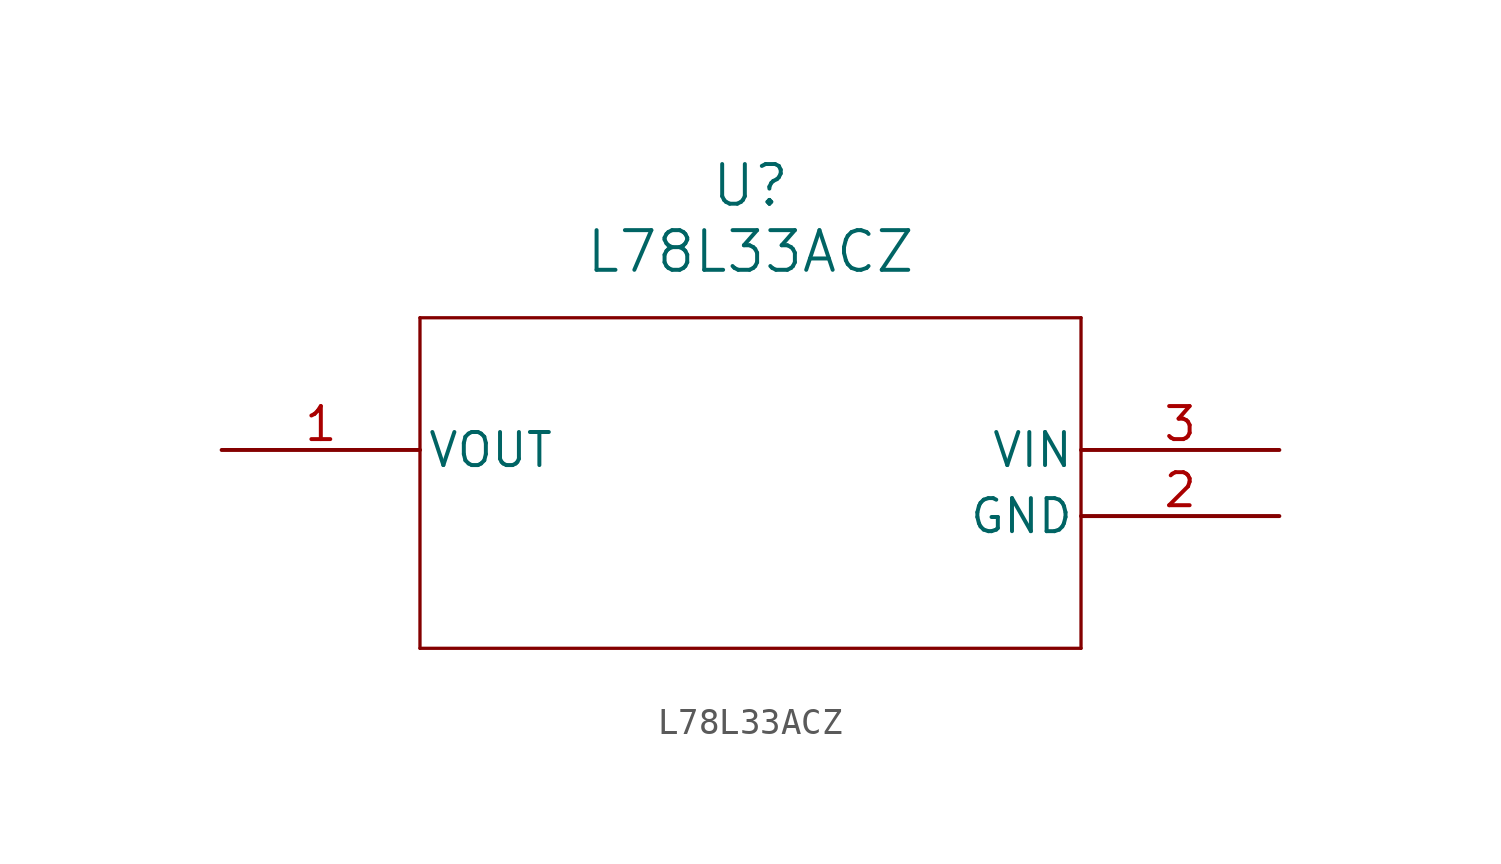
<source format=kicad_sym>
(kicad_symbol_lib
  (version 20211014)
  (generator kicad_symbol_editor)
  (symbol "L78L33ACZ"
    (pin_names
      (offset 0.254))
    (property "Reference" "U"
      (at 20.32 10.16 0)
      (effects (font (size 1.524 1.524))))
    (property "Value" "L78L33ACZ"
      (at 20.32 7.62 0)
      (effects (font (size 1.524 1.524))))
    (polyline
      (pts (xy 7.62 5.08) (xy 7.62 -7.62))
      (stroke (width 0.127) (type default) (color 0 0 0 0))
      (fill (type none)))
    (polyline
      (pts (xy 7.62 -7.62) (xy 33.02 -7.62))
      (stroke (width 0.127) (type default) (color 0 0 0 0))
      (fill (type none)))
    (polyline
      (pts (xy 33.02 -7.62) (xy 33.02 5.08))
      (stroke (width 0.127) (type default) (color 0 0 0 0))
      (fill (type none)))
    (polyline
      (pts (xy 33.02 5.08) (xy 7.62 5.08))
      (stroke (width 0.127) (type default) (color 0 0 0 0))
      (fill (type none)))
    (pin unspecified line
      (at 0 0 0)
      (length 7.62)
      (name "VOUT" (effects (font (size 1.27 1.27))))
      (number "1" (effects (font (size 1.27 1.27)))))
    (pin unspecified line
      (at 40.64 -2.54 180)
      (length 7.62)
      (name "GND" (effects (font (size 1.27 1.27))))
      (number "2" (effects (font (size 1.27 1.27)))))
    (pin unspecified line
      (at 40.64 0 180)
      (length 7.62)
      (name "VIN" (effects (font (size 1.27 1.27))))
      (number "3" (effects (font (size 1.27 1.27)))))))
</source>
